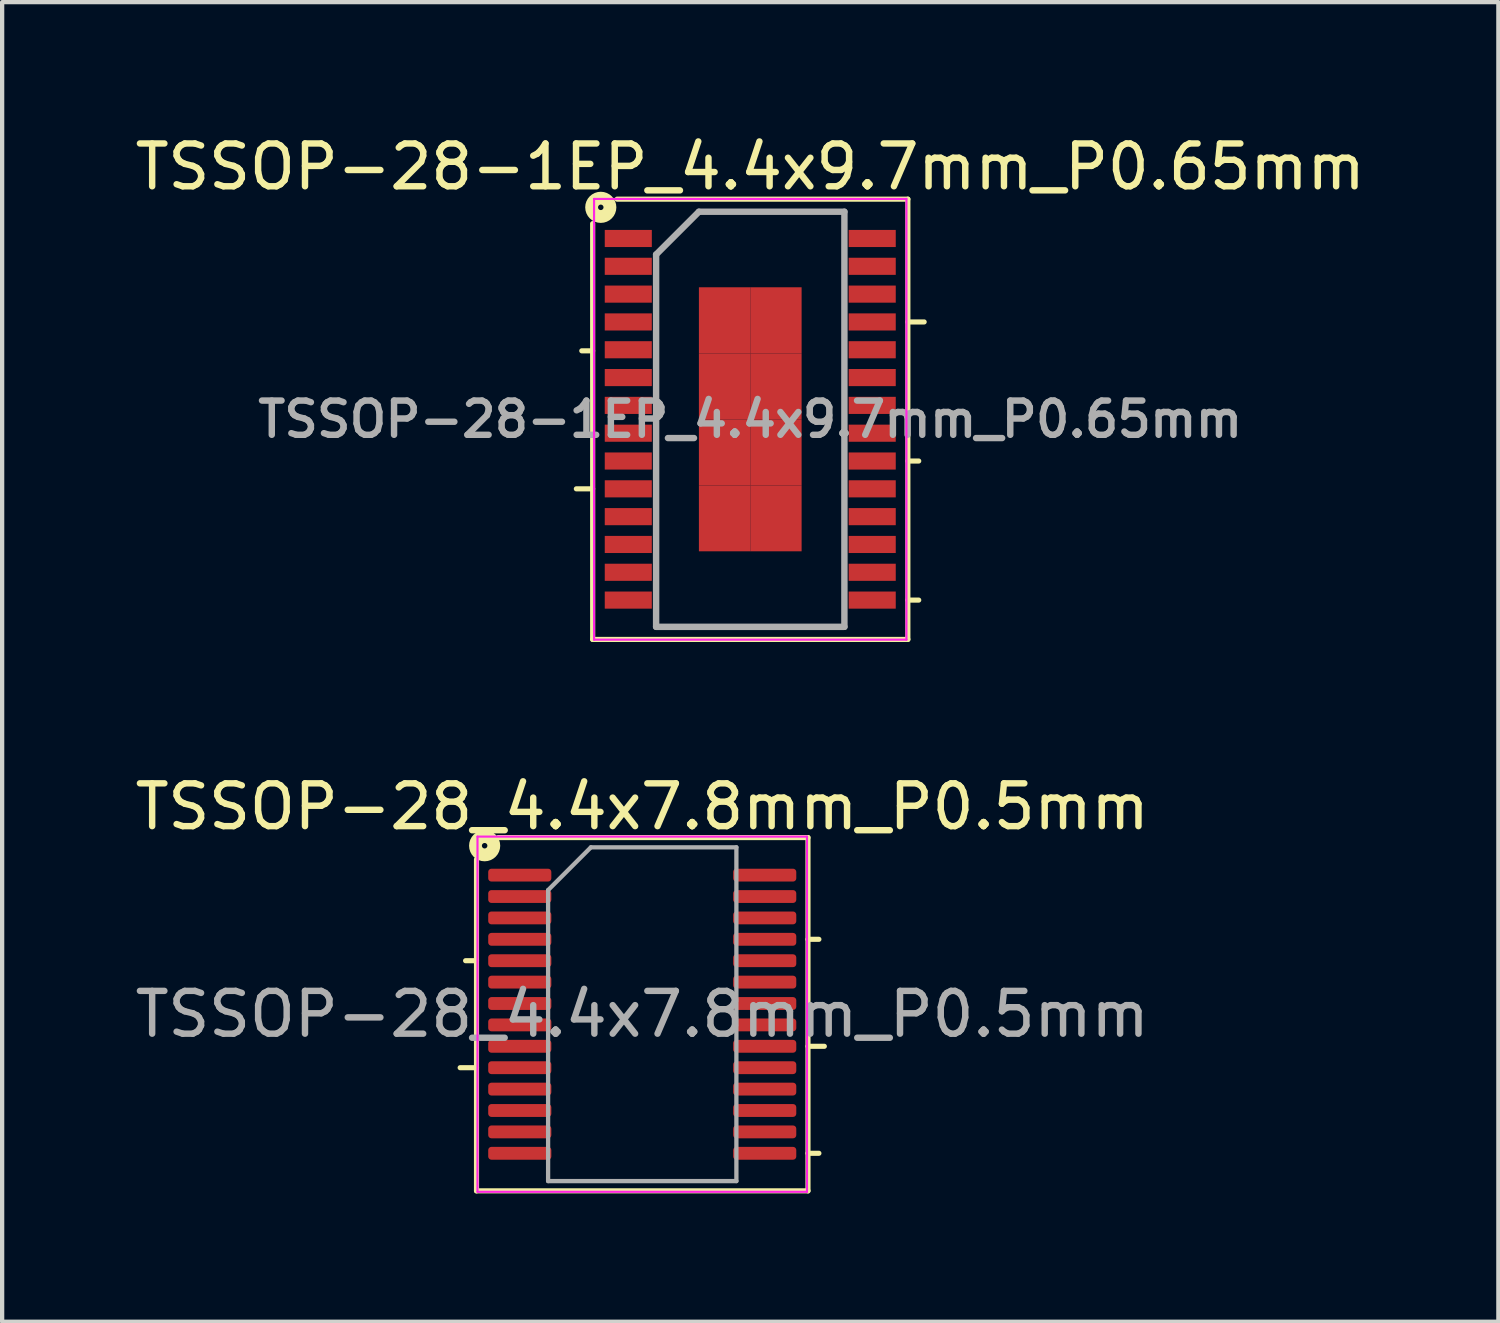
<source format=kicad_pcb>
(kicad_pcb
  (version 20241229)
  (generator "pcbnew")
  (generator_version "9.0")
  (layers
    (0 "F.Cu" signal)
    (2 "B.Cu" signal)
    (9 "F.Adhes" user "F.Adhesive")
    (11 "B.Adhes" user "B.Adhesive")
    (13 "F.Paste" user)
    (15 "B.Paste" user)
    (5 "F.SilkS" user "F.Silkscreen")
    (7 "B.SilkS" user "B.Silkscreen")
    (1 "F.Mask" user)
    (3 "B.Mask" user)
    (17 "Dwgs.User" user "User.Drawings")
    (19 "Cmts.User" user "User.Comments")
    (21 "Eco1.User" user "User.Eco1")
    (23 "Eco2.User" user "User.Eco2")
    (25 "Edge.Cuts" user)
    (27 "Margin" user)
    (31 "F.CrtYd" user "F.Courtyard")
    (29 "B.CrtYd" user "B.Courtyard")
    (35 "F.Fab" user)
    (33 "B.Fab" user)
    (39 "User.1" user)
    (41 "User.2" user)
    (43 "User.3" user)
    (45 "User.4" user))
  (footprint "TSSOP-28_4.4x7.8mm_P0.5mm"
    (layer "F.Cu")
    (at 11.958 20.65)
    (property "Reference" "TSSOP-28_4.4x7.8mm_P0.5mm" (at 0 -4.85 0) (layer "F.SilkS") (effects (font (size 1 1) (thickness 0.15))))
    (attr smd)
    (fp_line (start -4.255 1.25) (end -3.873 1.25) (stroke (width 0.12) (type solid)) (layer "F.SilkS"))
    (fp_line (start -4.128 -1.25) (end -3.873 -1.25) (stroke (width 0.12) (type solid)) (layer "F.SilkS"))
    (fp_line (start -3.873 -3.619) (end -3.873 4.128) (stroke (width 0.12) (type solid)) (layer "F.SilkS"))
    (fp_line (start -3.873 4.128) (end 3.873 4.128) (stroke (width 0.12) (type solid)) (layer "F.SilkS"))
    (fp_line (start 3.873 -4.128) (end -3.365 -4.128) (stroke (width 0.12) (type solid)) (layer "F.SilkS"))
    (fp_line (start 3.873 -1.75) (end 4.128 -1.75) (stroke (width 0.12) (type solid)) (layer "F.SilkS"))
    (fp_line (start 3.873 0.75) (end 4.255 0.75) (stroke (width 0.12) (type solid)) (layer "F.SilkS"))
    (fp_line (start 3.873 3.25) (end 4.128 3.25) (stroke (width 0.12) (type solid)) (layer "F.SilkS"))
    (fp_line (start 3.873 4.128) (end 3.873 -4.128) (stroke (width 0.12) (type solid)) (layer "F.SilkS"))
    (fp_circle (center -3.683 -3.937) (end -3.619 -3.937) (stroke (width 0.3) (type solid)) (fill no) (layer "F.SilkS"))
    (fp_line (start -3.85 -4.15) (end -3.85 4.15) (stroke (width 0.05) (type solid)) (layer "F.CrtYd"))
    (fp_line (start -3.85 4.15) (end 3.85 4.15) (stroke (width 0.05) (type solid)) (layer "F.CrtYd"))
    (fp_line (start 3.85 -4.15) (end -3.85 -4.15) (stroke (width 0.05) (type solid)) (layer "F.CrtYd"))
    (fp_line (start 3.85 4.15) (end 3.85 -4.15) (stroke (width 0.05) (type solid)) (layer "F.CrtYd"))
    (fp_line (start -2.2 -2.9) (end -1.2 -3.9) (stroke (width 0.1) (type solid)) (layer "F.Fab"))
    (fp_line (start -2.2 3.9) (end -2.2 -2.9) (stroke (width 0.1) (type solid)) (layer "F.Fab"))
    (fp_line (start -1.2 -3.9) (end 2.2 -3.9) (stroke (width 0.1) (type solid)) (layer "F.Fab"))
    (fp_line (start 2.2 -3.9) (end 2.2 3.9) (stroke (width 0.1) (type solid)) (layer "F.Fab"))
    (fp_line (start 2.2 3.9) (end -2.2 3.9) (stroke (width 0.1) (type solid)) (layer "F.Fab"))
    (fp_text user "${REFERENCE}" (at 0 0 0) (layer "F.Fab") (effects (font (size 1 1) (thickness 0.15))))
    (pad "1" smd roundrect (at -2.862 -3.25) (size 1.475 0.3) (layers "F.Cu" "F.Mask" "F.Paste") (roundrect_rratio 0.25))
    (pad "2" smd roundrect (at -2.862 -2.75) (size 1.475 0.3) (layers "F.Cu" "F.Mask" "F.Paste") (roundrect_rratio 0.25))
    (pad "3" smd roundrect (at -2.862 -2.25) (size 1.475 0.3) (layers "F.Cu" "F.Mask" "F.Paste") (roundrect_rratio 0.25))
    (pad "4" smd roundrect (at -2.862 -1.75) (size 1.475 0.3) (layers "F.Cu" "F.Mask" "F.Paste") (roundrect_rratio 0.25))
    (pad "5" smd roundrect (at -2.862 -1.25) (size 1.475 0.3) (layers "F.Cu" "F.Mask" "F.Paste") (roundrect_rratio 0.25))
    (pad "6" smd roundrect (at -2.862 -0.75) (size 1.475 0.3) (layers "F.Cu" "F.Mask" "F.Paste") (roundrect_rratio 0.25))
    (pad "7" smd roundrect (at -2.862 -0.25) (size 1.475 0.3) (layers "F.Cu" "F.Mask" "F.Paste") (roundrect_rratio 0.25))
    (pad "8" smd roundrect (at -2.862 0.25) (size 1.475 0.3) (layers "F.Cu" "F.Mask" "F.Paste") (roundrect_rratio 0.25))
    (pad "9" smd roundrect (at -2.862 0.75) (size 1.475 0.3) (layers "F.Cu" "F.Mask" "F.Paste") (roundrect_rratio 0.25))
    (pad "10" smd roundrect (at -2.862 1.25) (size 1.475 0.3) (layers "F.Cu" "F.Mask" "F.Paste") (roundrect_rratio 0.25))
    (pad "11" smd roundrect (at -2.862 1.75) (size 1.475 0.3) (layers "F.Cu" "F.Mask" "F.Paste") (roundrect_rratio 0.25))
    (pad "12" smd roundrect (at -2.862 2.25) (size 1.475 0.3) (layers "F.Cu" "F.Mask" "F.Paste") (roundrect_rratio 0.25))
    (pad "13" smd roundrect (at -2.862 2.75) (size 1.475 0.3) (layers "F.Cu" "F.Mask" "F.Paste") (roundrect_rratio 0.25))
    (pad "14" smd roundrect (at -2.862 3.25) (size 1.475 0.3) (layers "F.Cu" "F.Mask" "F.Paste") (roundrect_rratio 0.25))
    (pad "15" smd roundrect (at 2.862 3.25) (size 1.475 0.3) (layers "F.Cu" "F.Mask" "F.Paste") (roundrect_rratio 0.25))
    (pad "16" smd roundrect (at 2.862 2.75) (size 1.475 0.3) (layers "F.Cu" "F.Mask" "F.Paste") (roundrect_rratio 0.25))
    (pad "17" smd roundrect (at 2.862 2.25) (size 1.475 0.3) (layers "F.Cu" "F.Mask" "F.Paste") (roundrect_rratio 0.25))
    (pad "18" smd roundrect (at 2.862 1.75) (size 1.475 0.3) (layers "F.Cu" "F.Mask" "F.Paste") (roundrect_rratio 0.25))
    (pad "19" smd roundrect (at 2.862 1.25) (size 1.475 0.3) (layers "F.Cu" "F.Mask" "F.Paste") (roundrect_rratio 0.25))
    (pad "20" smd roundrect (at 2.862 0.75) (size 1.475 0.3) (layers "F.Cu" "F.Mask" "F.Paste") (roundrect_rratio 0.25))
    (pad "21" smd roundrect (at 2.862 0.25) (size 1.475 0.3) (layers "F.Cu" "F.Mask" "F.Paste") (roundrect_rratio 0.25))
    (pad "22" smd roundrect (at 2.862 -0.25) (size 1.475 0.3) (layers "F.Cu" "F.Mask" "F.Paste") (roundrect_rratio 0.25))
    (pad "23" smd roundrect (at 2.862 -0.75) (size 1.475 0.3) (layers "F.Cu" "F.Mask" "F.Paste") (roundrect_rratio 0.25))
    (pad "24" smd roundrect (at 2.862 -1.25) (size 1.475 0.3) (layers "F.Cu" "F.Mask" "F.Paste") (roundrect_rratio 0.25))
    (pad "25" smd roundrect (at 2.862 -1.75) (size 1.475 0.3) (layers "F.Cu" "F.Mask" "F.Paste") (roundrect_rratio 0.25))
    (pad "26" smd roundrect (at 2.862 -2.25) (size 1.475 0.3) (layers "F.Cu" "F.Mask" "F.Paste") (roundrect_rratio 0.25))
    (pad "27" smd roundrect (at 2.862 -2.75) (size 1.475 0.3) (layers "F.Cu" "F.Mask" "F.Paste") (roundrect_rratio 0.25))
    (pad "28" smd roundrect (at 2.862 -3.25) (size 1.475 0.3) (layers "F.Cu" "F.Mask" "F.Paste") (roundrect_rratio 0.25)))
  (footprint "TSSOP-28-1EP_4.4x9.7mm_P0.65mm"
    (layer "F.Cu")
    (at 14.482 6.748)
    (property "Reference" "TSSOP-28-1EP_4.4x9.7mm_P0.65mm" (at 0 -5.9 0) (layer "F.SilkS") (effects (font (size 1 1) (thickness 0.15))))
    (attr smd)
    (fp_line (start -4.064 1.625) (end -3.683 1.625) (stroke (width 0.12) (type solid)) (layer "F.SilkS"))
    (fp_line (start -3.937 -1.6) (end -3.683 -1.6) (stroke (width 0.12) (type solid)) (layer "F.SilkS"))
    (fp_line (start -3.683 -4.572) (end -3.683 5.144) (stroke (width 0.12) (type solid)) (layer "F.SilkS"))
    (fp_line (start -3.683 5.144) (end 3.683 5.144) (stroke (width 0.12) (type solid)) (layer "F.SilkS"))
    (fp_line (start 3.683 -5.144) (end -3.111 -5.144) (stroke (width 0.12) (type solid)) (layer "F.SilkS"))
    (fp_line (start 3.683 -2.275) (end 4.064 -2.275) (stroke (width 0.12) (type solid)) (layer "F.SilkS"))
    (fp_line (start 3.683 0.975) (end 3.937 0.975) (stroke (width 0.12) (type solid)) (layer "F.SilkS"))
    (fp_line (start 3.683 4.225) (end 3.937 4.225) (stroke (width 0.12) (type solid)) (layer "F.SilkS"))
    (fp_line (start 3.683 5.144) (end 3.683 -5.144) (stroke (width 0.12) (type solid)) (layer "F.SilkS"))
    (fp_circle (center -3.493 -4.953) (end -3.429 -4.953) (stroke (width 0.3) (type solid)) (fill no) (layer "F.SilkS"))
    (fp_line (start -3.65 -5.15) (end -3.65 5.15) (stroke (width 0.05) (type solid)) (layer "F.CrtYd"))
    (fp_line (start -3.65 -5.15) (end 3.65 -5.15) (stroke (width 0.05) (type solid)) (layer "F.CrtYd"))
    (fp_line (start -3.65 5.15) (end 3.65 5.15) (stroke (width 0.05) (type solid)) (layer "F.CrtYd"))
    (fp_line (start 3.65 -5.15) (end 3.65 5.15) (stroke (width 0.05) (type solid)) (layer "F.CrtYd"))
    (fp_line (start -2.2 -3.85) (end -1.2 -4.85) (stroke (width 0.15) (type solid)) (layer "F.Fab"))
    (fp_line (start -2.2 4.85) (end -2.2 -3.85) (stroke (width 0.15) (type solid)) (layer "F.Fab"))
    (fp_line (start -1.2 -4.85) (end 2.2 -4.85) (stroke (width 0.15) (type solid)) (layer "F.Fab"))
    (fp_line (start 2.2 -4.85) (end 2.2 4.85) (stroke (width 0.15) (type solid)) (layer "F.Fab"))
    (fp_line (start 2.2 4.85) (end -2.2 4.85) (stroke (width 0.15) (type solid)) (layer "F.Fab"))
    (fp_text user "${REFERENCE}" (at 0 0 0) (layer "F.Fab") (effects (font (size 0.8 0.8) (thickness 0.15))))
    (pad "1" smd rect (at -2.85 -4.225) (size 1.1 0.4) (layers "F.Cu" "F.Mask" "F.Paste"))
    (pad "2" smd rect (at -2.85 -3.575) (size 1.1 0.4) (layers "F.Cu" "F.Mask" "F.Paste"))
    (pad "3" smd rect (at -2.85 -2.925) (size 1.1 0.4) (layers "F.Cu" "F.Mask" "F.Paste"))
    (pad "4" smd rect (at -2.85 -2.275) (size 1.1 0.4) (layers "F.Cu" "F.Mask" "F.Paste"))
    (pad "5" smd rect (at -2.85 -1.625) (size 1.1 0.4) (layers "F.Cu" "F.Mask" "F.Paste"))
    (pad "6" smd rect (at -2.85 -0.975) (size 1.1 0.4) (layers "F.Cu" "F.Mask" "F.Paste"))
    (pad "7" smd rect (at -2.85 -0.325) (size 1.1 0.4) (layers "F.Cu" "F.Mask" "F.Paste"))
    (pad "8" smd rect (at -2.85 0.325) (size 1.1 0.4) (layers "F.Cu" "F.Mask" "F.Paste"))
    (pad "9" smd rect (at -2.85 0.975) (size 1.1 0.4) (layers "F.Cu" "F.Mask" "F.Paste"))
    (pad "10" smd rect (at -2.85 1.625) (size 1.1 0.4) (layers "F.Cu" "F.Mask" "F.Paste"))
    (pad "11" smd rect (at -2.85 2.275) (size 1.1 0.4) (layers "F.Cu" "F.Mask" "F.Paste"))
    (pad "12" smd rect (at -2.85 2.925) (size 1.1 0.4) (layers "F.Cu" "F.Mask" "F.Paste"))
    (pad "13" smd rect (at -2.85 3.575) (size 1.1 0.4) (layers "F.Cu" "F.Mask" "F.Paste"))
    (pad "14" smd rect (at -2.85 4.225) (size 1.1 0.4) (layers "F.Cu" "F.Mask" "F.Paste"))
    (pad "15" smd rect (at 2.85 4.225) (size 1.1 0.4) (layers "F.Cu" "F.Mask" "F.Paste"))
    (pad "16" smd rect (at 2.85 3.575) (size 1.1 0.4) (layers "F.Cu" "F.Mask" "F.Paste"))
    (pad "17" smd rect (at 2.85 2.925) (size 1.1 0.4) (layers "F.Cu" "F.Mask" "F.Paste"))
    (pad "18" smd rect (at 2.85 2.275) (size 1.1 0.4) (layers "F.Cu" "F.Mask" "F.Paste"))
    (pad "19" smd rect (at 2.85 1.625) (size 1.1 0.4) (layers "F.Cu" "F.Mask" "F.Paste"))
    (pad "20" smd rect (at 2.85 0.975) (size 1.1 0.4) (layers "F.Cu" "F.Mask" "F.Paste"))
    (pad "21" smd rect (at 2.85 0.325) (size 1.1 0.4) (layers "F.Cu" "F.Mask" "F.Paste"))
    (pad "22" smd rect (at 2.85 -0.325) (size 1.1 0.4) (layers "F.Cu" "F.Mask" "F.Paste"))
    (pad "23" smd rect (at 2.85 -0.975) (size 1.1 0.4) (layers "F.Cu" "F.Mask" "F.Paste"))
    (pad "24" smd rect (at 2.85 -1.625) (size 1.1 0.4) (layers "F.Cu" "F.Mask" "F.Paste"))
    (pad "25" smd rect (at 2.85 -2.275) (size 1.1 0.4) (layers "F.Cu" "F.Mask" "F.Paste"))
    (pad "26" smd rect (at 2.85 -2.925) (size 1.1 0.4) (layers "F.Cu" "F.Mask" "F.Paste"))
    (pad "27" smd rect (at 2.85 -3.575) (size 1.1 0.4) (layers "F.Cu" "F.Mask" "F.Paste"))
    (pad "28" smd rect (at 2.85 -4.225) (size 1.1 0.4) (layers "F.Cu" "F.Mask" "F.Paste"))
    (pad "29" smd rect (at -0.6 -2.314) (size 1.2 1.542) (layers "F.Cu" "F.Mask" "F.Paste"))
    (pad "29" smd rect (at -0.6 -0.771) (size 1.2 1.542) (layers "F.Cu" "F.Mask" "F.Paste"))
    (pad "29" smd rect (at -0.6 0.771) (size 1.2 1.542) (layers "F.Cu" "F.Mask" "F.Paste"))
    (pad "29" smd rect (at -0.6 2.314) (size 1.2 1.542) (layers "F.Cu" "F.Mask" "F.Paste"))
    (pad "29" smd rect (at 0.6 -2.314) (size 1.2 1.542) (layers "F.Cu" "F.Mask" "F.Paste"))
    (pad "29" smd rect (at 0.6 -0.771) (size 1.2 1.542) (layers "F.Cu" "F.Mask" "F.Paste"))
    (pad "29" smd rect (at 0.6 0.771) (size 1.2 1.542) (layers "F.Cu" "F.Mask" "F.Paste"))
    (pad "29" smd rect (at 0.6 2.314) (size 1.2 1.542) (layers "F.Cu" "F.Mask" "F.Paste")))
  (gr_rect
    (start -3 -3)
    (end 31.964 27.837)
    (stroke (width 0.1) (type default))
    (fill no)
    (layer "Edge.Cuts")))
</source>
